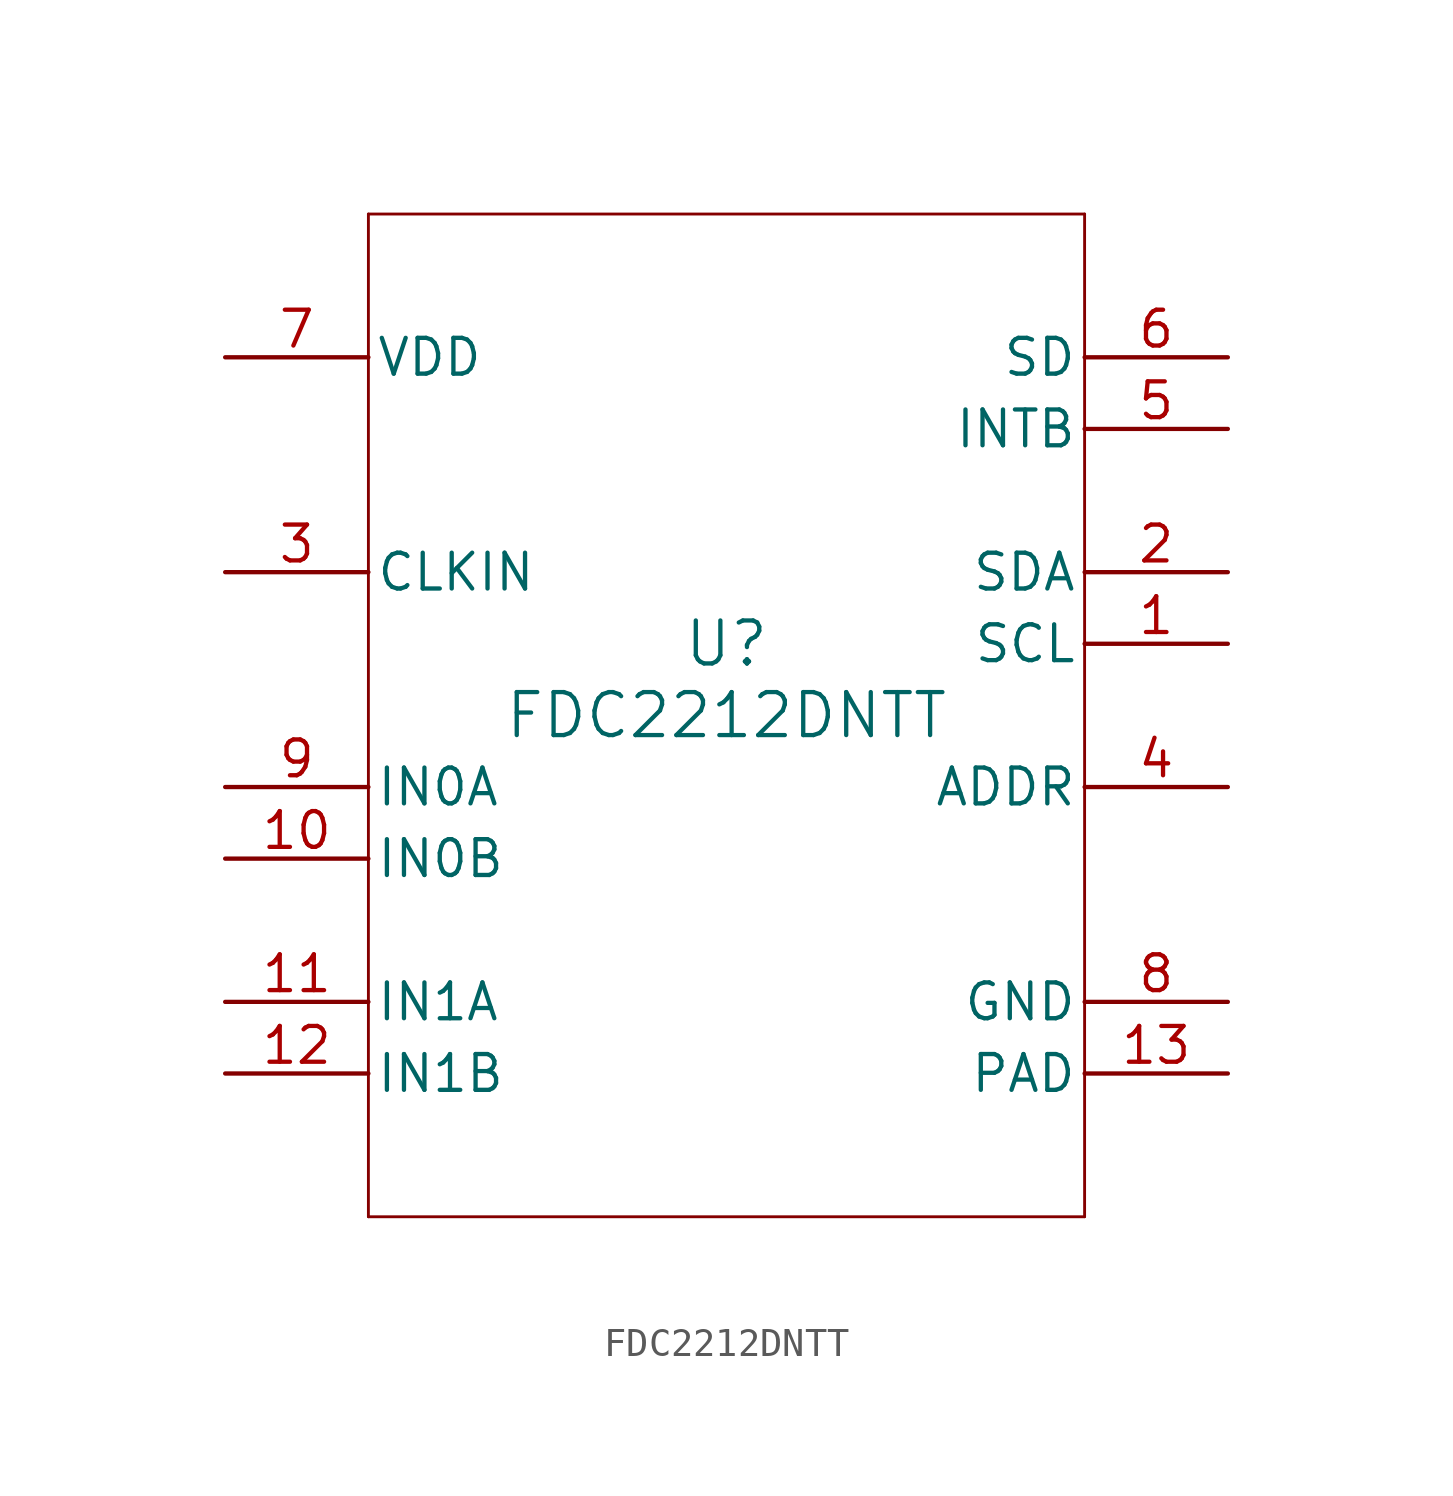
<source format=kicad_sym>
(kicad_symbol_lib
  (version 20211014)
  (generator kicad_symbol_editor)
  (symbol "FDC2212DNTT"
    (pin_names
      (offset 0.254))
    (property "Reference" "U"
      (at 0 2.54 0)
      (effects (font (size 1.524 1.524))))
    (property "Value" "FDC2212DNTT"
      (at 0 0 0)
      (effects (font (size 1.524 1.524))))
    (symbol "FDC2212DNTT_0_1"
      (polyline (pts (xy -12.7 -17.78) (xy 12.7 -17.78)) (stroke (width 0.102) (type default) (color 0 0 0 0)) (fill (type none)))
      (polyline (pts (xy 12.7 -17.78) (xy 12.7 17.78)) (stroke (width 0.102) (type default) (color 0 0 0 0)) (fill (type none)))
      (polyline (pts (xy 12.7 17.78) (xy -12.7 17.78)) (stroke (width 0.102) (type default) (color 0 0 0 0)) (fill (type none)))
      (polyline (pts (xy -12.7 17.78) (xy -12.7 -17.78)) (stroke (width 0.102) (type default) (color 0 0 0 0)) (fill (type none)))
      (pin input line (at 17.78 2.54 180) (length 5.08) (name "SCL" (effects (font (size 1.27 1.27)))) (number "1" (effects (font (size 1.27 1.27)))))
      (pin bidirectional line (at 17.78 5.08 180) (length 5.08) (name "SDA" (effects (font (size 1.27 1.27)))) (number "2" (effects (font (size 1.27 1.27)))))
      (pin input line (at -17.78 5.08 0) (length 5.08) (name "CLKIN" (effects (font (size 1.27 1.27)))) (number "3" (effects (font (size 1.27 1.27)))))
      (pin input line (at 17.78 -2.54 180) (length 5.08) (name "ADDR" (effects (font (size 1.27 1.27)))) (number "4" (effects (font (size 1.27 1.27)))))
      (pin output line (at 17.78 10.16 180) (length 5.08) (name "INTB" (effects (font (size 1.27 1.27)))) (number "5" (effects (font (size 1.27 1.27)))))
      (pin input line (at 17.78 12.7 180) (length 5.08) (name "SD" (effects (font (size 1.27 1.27)))) (number "6" (effects (font (size 1.27 1.27)))))
      (pin power_in line (at -17.78 12.7 0) (length 5.08) (name "VDD" (effects (font (size 1.27 1.27)))) (number "7" (effects (font (size 1.27 1.27)))))
      (pin power_in line (at 17.78 -10.16 180) (length 5.08) (name "GND" (effects (font (size 1.27 1.27)))) (number "8" (effects (font (size 1.27 1.27)))))
      (pin input line (at -17.78 -2.54 0) (length 5.08) (name "IN0A" (effects (font (size 1.27 1.27)))) (number "9" (effects (font (size 1.27 1.27)))))
      (pin input line (at -17.78 -5.08 0) (length 5.08) (name "IN0B" (effects (font (size 1.27 1.27)))) (number "10" (effects (font (size 1.27 1.27)))))
      (pin input line (at -17.78 -10.16 0) (length 5.08) (name "IN1A" (effects (font (size 1.27 1.27)))) (number "11" (effects (font (size 1.27 1.27)))))
      (pin input line (at -17.78 -12.7 0) (length 5.08) (name "IN1B" (effects (font (size 1.27 1.27)))) (number "12" (effects (font (size 1.27 1.27)))))
      (pin power_in line (at 17.78 -12.7 180) (length 5.08) (name "PAD" (effects (font (size 1.27 1.27)))) (number "13" (effects (font (size 1.27 1.27))))))))
</source>
